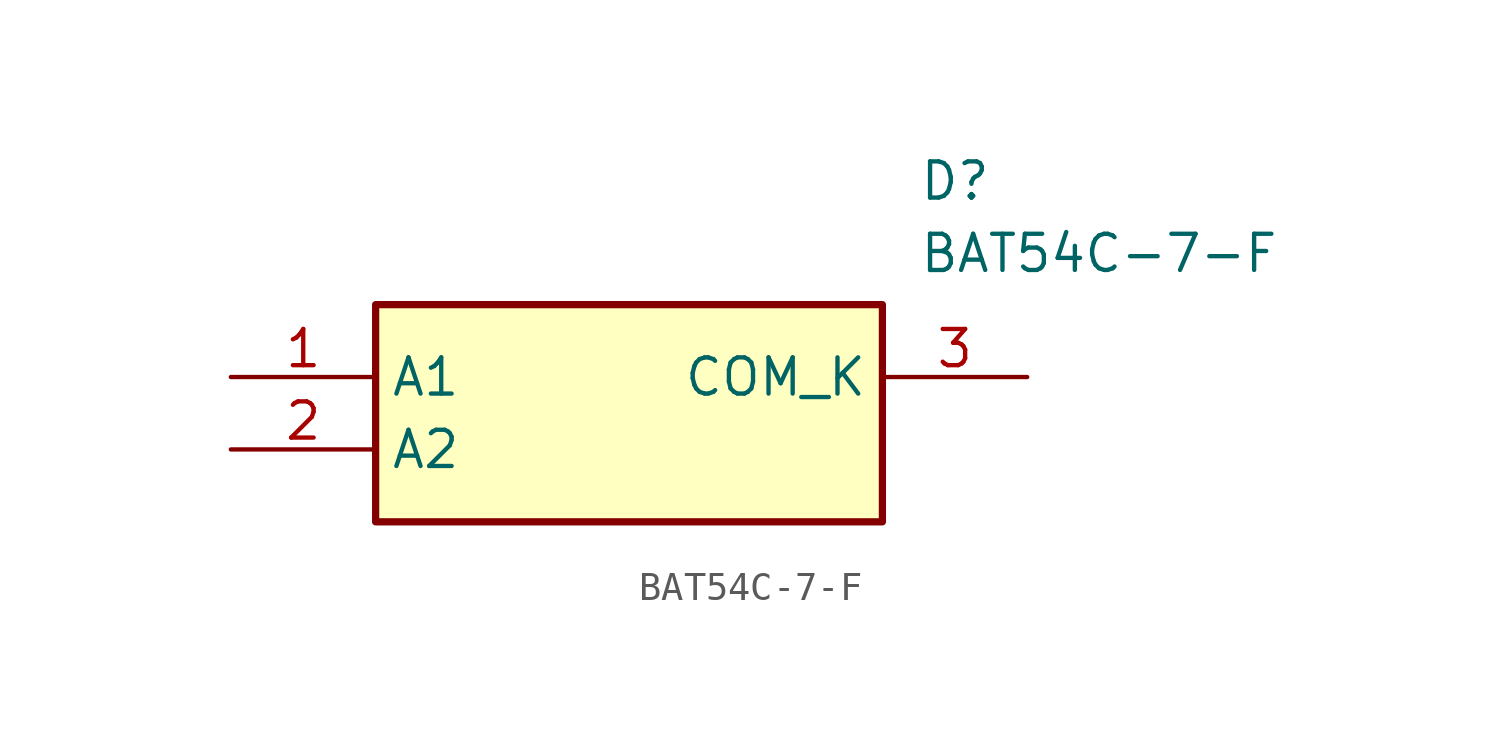
<source format=kicad_sym>
(kicad_symbol_lib
  (version 20211014)
  (generator SamacSys_ECAD_Model)
  (symbol "BAT54C-7-F"
    (property "Reference" "D"
      (at 24.13 7.62 0)
      (effects (font (size 1.27 1.27)) (justify left top)))
    (property "Value" "BAT54C-7-F"
      (at 24.13 5.08 0)
      (effects (font (size 1.27 1.27)) (justify left top)))
    (rectangle
      (start 5.08 2.54)
      (end 22.86 -5.08)
      (stroke (width 0.254) (type default))
      (fill (type background)))
    (pin passive line
      (at 0 0 0)
      (length 5.08)
      (name "A1" (effects (font (size 1.27 1.27))))
      (number "1" (effects (font (size 1.27 1.27)))))
    (pin passive line
      (at 0 -2.54 0)
      (length 5.08)
      (name "A2" (effects (font (size 1.27 1.27))))
      (number "2" (effects (font (size 1.27 1.27)))))
    (pin passive line
      (at 27.94 0 180)
      (length 5.08)
      (name "COM_K" (effects (font (size 1.27 1.27))))
      (number "3" (effects (font (size 1.27 1.27)))))))
</source>
